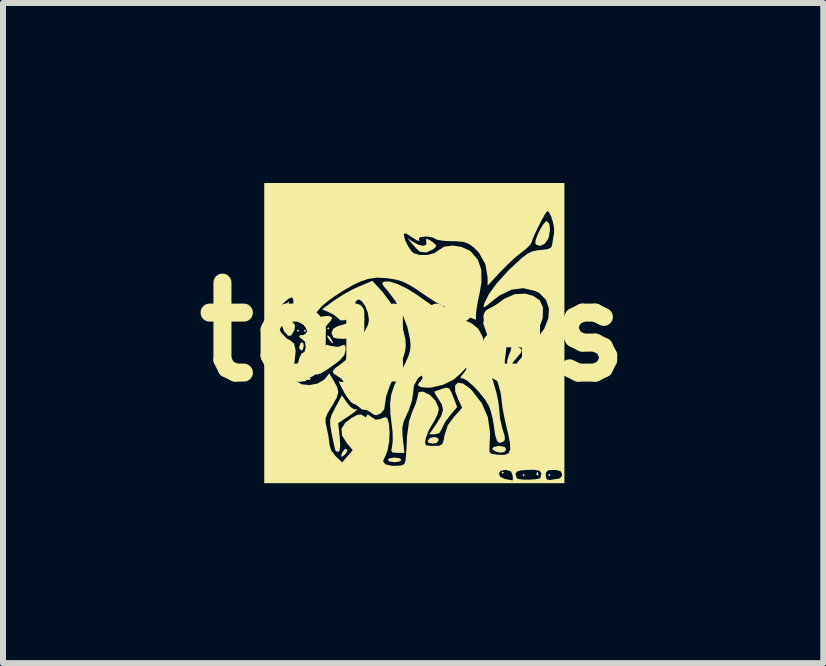
<source format=kicad_pcb>
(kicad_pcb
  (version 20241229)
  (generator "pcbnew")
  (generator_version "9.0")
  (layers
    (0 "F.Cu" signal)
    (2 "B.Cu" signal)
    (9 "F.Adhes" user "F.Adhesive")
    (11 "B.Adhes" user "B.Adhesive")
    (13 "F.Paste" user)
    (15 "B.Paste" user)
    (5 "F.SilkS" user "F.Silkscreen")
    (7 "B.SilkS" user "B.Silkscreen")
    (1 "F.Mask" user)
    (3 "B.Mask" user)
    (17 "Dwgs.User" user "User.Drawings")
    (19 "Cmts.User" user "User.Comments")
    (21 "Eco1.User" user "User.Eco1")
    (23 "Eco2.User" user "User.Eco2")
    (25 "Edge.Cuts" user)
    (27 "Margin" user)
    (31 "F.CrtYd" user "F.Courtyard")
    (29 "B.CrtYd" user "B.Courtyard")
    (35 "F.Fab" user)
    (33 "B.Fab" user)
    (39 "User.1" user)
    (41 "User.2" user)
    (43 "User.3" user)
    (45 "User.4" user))
  (footprint "touras"
    (layer "F.Cu")
    (at 3.836 2.482)
    (property "Reference" "touras" (at 0 0 0) (layer "F.SilkS") (effects (font (size 1.5 1.5) (thickness 0.3))))
    (attr board_only exclude_from_pos_files exclude_from_bom)
    (fp_poly (pts (xy -1.934 0.731) (xy -1.958 0.73) (xy -1.936 0.723)) (stroke (width 0) (type solid)) (fill yes) (layer "F.SilkS"))
    (fp_poly (pts (xy -1.9 -0.019) (xy -1.92 0) (xy -1.939 -0.019) (xy -1.92 -0.039)) (stroke (width 0) (type solid)) (fill yes) (layer "F.SilkS"))
    (fp_poly (pts (xy -1.784 -0.019) (xy -1.803 0) (xy -1.823 -0.019) (xy -1.803 -0.039)) (stroke (width 0) (type solid)) (fill yes) (layer "F.SilkS"))
    (fp_poly (pts (xy -1.706 -0.175) (xy -1.726 -0.155) (xy -1.745 -0.175) (xy -1.726 -0.194)) (stroke (width 0) (type solid)) (fill yes) (layer "F.SilkS"))
    (fp_poly (pts (xy -1.512 0.368) (xy -1.532 0.388) (xy -1.551 0.368) (xy -1.532 0.349)) (stroke (width 0) (type solid)) (fill yes) (layer "F.SilkS"))
    (fp_poly (pts (xy -1.396 -0.058) (xy -1.415 -0.039) (xy -1.435 -0.058) (xy -1.415 -0.078)) (stroke (width 0) (type solid)) (fill yes) (layer "F.SilkS"))
    (fp_poly (pts (xy 1.512 2.346) (xy 1.493 2.365) (xy 1.474 2.346) (xy 1.493 2.327)) (stroke (width 0) (type solid)) (fill yes) (layer "F.SilkS"))
    (fp_poly (pts (xy 1.861 2.385) (xy 1.842 2.404) (xy 1.823 2.385) (xy 1.842 2.365)) (stroke (width 0) (type solid)) (fill yes) (layer "F.SilkS"))
    (fp_poly (pts (xy 2.288 2.385) (xy 2.269 2.404) (xy 2.249 2.385) (xy 2.269 2.365)) (stroke (width 0) (type solid)) (fill yes) (layer "F.SilkS"))
    (fp_poly (pts (xy 2.081 2.34) (xy 2.086 2.386) (xy 2.081 2.391) (xy 2.058 2.386) (xy 2.055 2.365) (xy 2.069 2.334)) (stroke (width 0) (type solid)) (fill yes) (layer "F.SilkS"))
    (fp_poly (pts (xy -1.399 0.074) (xy -1.365 0.118) (xy -1.333 0.182) (xy -1.347 0.186) (xy -1.397 0.135) (xy -1.43 0.079) (xy -1.429 0.059)) (stroke (width 0) (type solid)) (fill yes) (layer "F.SilkS"))
    (fp_poly (pts (xy -1.831 0.186) (xy -1.823 0.23) (xy -1.838 0.295) (xy -1.861 0.31) (xy -1.896 0.279) (xy -1.9 0.254) (xy -1.877 0.188) (xy -1.861 0.175)) (stroke (width 0) (type solid)) (fill yes) (layer "F.SilkS"))
    (fp_poly (pts (xy -1.1 1.951) (xy -1.101 1.996) (xy -1.137 2.045) (xy -1.185 2.081) (xy -1.202 2.073) (xy -1.182 2.007) (xy -1.141 1.956) (xy -1.102 1.949)) (stroke (width 0) (type solid)) (fill yes) (layer "F.SilkS"))
    (fp_poly (pts (xy 0.41 1.767) (xy 0.427 1.801) (xy 0.393 1.85) (xy 0.326 1.861) (xy 0.253 1.846) (xy 0.242 1.813) (xy 0.285 1.767) (xy 0.353 1.751)) (stroke (width 0) (type solid)) (fill yes) (layer "F.SilkS"))
    (fp_poly (pts (xy 1.527 1.917) (xy 1.551 1.958) (xy 1.52 2.003) (xy 1.441 2.011) (xy 1.367 1.991) (xy 1.319 1.954) (xy 1.338 1.919) (xy 1.414 1.901) (xy 1.435 1.9)) (stroke (width 0) (type solid)) (fill yes) (layer "F.SilkS"))
    (fp_poly (pts (xy -1.832 0.733) (xy -1.746 0.747) (xy -1.707 0.775) (xy -1.706 0.778) (xy -1.73 0.802) (xy -1.742 0.797) (xy -1.784 0.804) (xy -1.791 0.818) (xy -1.826 0.828) (xy -1.886 0.789) (xy -1.931 0.739) (xy -1.934 0.731)) (stroke (width 0) (type solid)) (fill yes) (layer "F.SilkS"))
    (fp_poly (pts (xy -0.229 2.105) (xy -0.194 2.132) (xy -0.194 2.133) (xy -0.228 2.16) (xy -0.309 2.172) (xy -0.31 2.172) (xy -0.392 2.16) (xy -0.427 2.133) (xy -0.427 2.133) (xy -0.393 2.106) (xy -0.312 2.094) (xy -0.31 2.094)) (stroke (width 0) (type solid)) (fill yes) (layer "F.SilkS"))
    (fp_poly (pts (xy 2.269 -1.8) (xy 2.281 -1.705) (xy 2.263 -1.591) (xy 2.248 -1.547) (xy 2.19 -1.467) (xy 2.116 -1.433) (xy 2.05 -1.455) (xy 2.037 -1.472) (xy 2.039 -1.525) (xy 2.071 -1.614) (xy 2.119 -1.713) (xy 2.172 -1.799) (xy 2.217 -1.845) (xy 2.23 -1.847)) (stroke (width 0) (type solid)) (fill yes) (layer "F.SilkS"))
    (fp_poly (pts (xy -2.085 -0.382) (xy -2.079 -0.263) (xy -2.022 -0.18) (xy -1.969 -0.113) (xy -1.976 -0.042) (xy -1.986 -0.016) (xy -2.035 0.061) (xy -2.084 0.065) (xy -2.147 -0.004) (xy -2.15 -0.009) (xy -2.202 -0.142) (xy -2.2 -0.291) (xy -2.145 -0.42) (xy -2.14 -0.427) (xy -2.07 -0.514)) (stroke (width 0) (type solid)) (fill yes) (layer "F.SilkS"))
    (fp_poly (pts (xy 1.718 0.241) (xy 1.783 0.27) (xy 1.813 0.303) (xy 1.795 0.35) (xy 1.74 0.415) (xy 1.668 0.501) (xy 1.622 0.573) (xy 1.619 0.582) (xy 1.598 0.615) (xy 1.574 0.578) (xy 1.57 0.57) (xy 1.565 0.482) (xy 1.592 0.395) (xy 1.626 0.312) (xy 1.635 0.262) (xy 1.656 0.236)) (stroke (width 0) (type solid)) (fill yes) (layer "F.SilkS"))
    (fp_poly (pts (xy -0.839 -0.369) (xy -0.814 -0.212) (xy -0.854 -0.068) (xy -0.947 0.044) (xy -1.083 0.108) (xy -1.162 0.116) (xy -1.263 0.11) (xy -1.326 0.094) (xy -1.331 0.09) (xy -1.362 0.017) (xy -1.33 -0.055) (xy -1.251 -0.099) (xy -1.088 -0.146) (xy -0.984 -0.211) (xy -0.919 -0.304) (xy -0.915 -0.314) (xy -0.878 -0.388) (xy -0.853 -0.395)) (stroke (width 0) (type solid)) (fill yes) (layer "F.SilkS"))
    (fp_poly (pts (xy -0.001 -1.5) (xy 0.095 -1.45) (xy 0.175 -1.435) (xy 0.22 -1.456) (xy 0.219 -1.493) (xy 0.214 -1.543) (xy 0.226 -1.551) (xy 0.278 -1.53) (xy 0.332 -1.493) (xy 0.384 -1.446) (xy 0.374 -1.412) (xy 0.332 -1.377) (xy 0.22 -1.324) (xy 0.117 -1.336) (xy 0.097 -1.348) (xy 0.046 -1.397) (xy -0.019 -1.471) (xy -0.097 -1.565)) (stroke (width 0) (type solid)) (fill yes) (layer "F.SilkS"))
    (fp_poly (pts (xy 0.601 0.943) (xy 0.637 1.005) (xy 0.668 1.081) (xy 0.734 1.253) (xy 0.62 1.384) (xy 0.542 1.487) (xy 0.489 1.586) (xy 0.481 1.61) (xy 0.437 1.687) (xy 0.362 1.706) (xy 0.268 1.706) (xy 0.386 1.534) (xy 0.467 1.402) (xy 0.498 1.303) (xy 0.479 1.213) (xy 0.422 1.119) (xy 0.372 1.042) (xy 0.353 0.998) (xy 0.354 0.995) (xy 0.397 0.978) (xy 0.481 0.948) (xy 0.485 0.947) (xy 0.557 0.928)) (stroke (width 0) (type solid)) (fill yes) (layer "F.SilkS"))
    (fp_poly (pts (xy -1.104 1.178) (xy -1.039 1.254) (xy -0.984 1.289) (xy -0.975 1.289) (xy -0.935 1.288) (xy -0.954 1.316) (xy -1.036 1.377) (xy -1.09 1.414) (xy -1.25 1.52) (xy -1.225 1.745) (xy -1.216 1.892) (xy -1.227 1.979) (xy -1.24 1.996) (xy -1.285 1.991) (xy -1.297 1.97) (xy -1.313 1.907) (xy -1.338 1.794) (xy -1.359 1.689) (xy -1.382 1.556) (xy -1.383 1.463) (xy -1.356 1.377) (xy -1.297 1.26) (xy -1.296 1.258) (xy -1.188 1.057)) (stroke (width 0) (type solid)) (fill yes) (layer "F.SilkS"))
    (fp_poly (pts (xy -1.377 -0.258) (xy -1.349 -0.232) (xy -1.373 -0.185) (xy -1.42 -0.135) (xy -1.492 -0.038) (xy -1.503 0.058) (xy -1.501 0.069) (xy -1.514 0.196) (xy -1.555 0.266) (xy -1.617 0.364) (xy -1.626 0.425) (xy -1.582 0.441) (xy -1.541 0.43) (xy -1.475 0.38) (xy -1.465 0.296) (xy -1.466 0.226) (xy -1.433 0.214) (xy -1.376 0.233) (xy -1.25 0.249) (xy -1.2 0.231) (xy -1.146 0.212) (xy -1.127 0.247) (xy -1.126 0.299) (xy -1.148 0.386) (xy -1.219 0.469) (xy -1.287 0.524) (xy -1.431 0.626) (xy -1.53 0.686) (xy -1.597 0.711) (xy -1.647 0.707) (xy -1.669 0.697) (xy -1.756 0.682) (xy -1.846 0.696) (xy -1.936 0.723) (xy -1.947 0.683) (xy -1.937 0.595) (xy -1.921 0.524) (xy -1.89 0.418) (xy -1.857 0.356) (xy -1.84 0.349) (xy -1.81 0.331) (xy -1.791 0.262) (xy -1.802 0.165) (xy -1.839 0.131) (xy -1.892 0.092) (xy -1.9 0.071) (xy -1.877 0.051) (xy -1.866 0.055) (xy -1.82 0.05) (xy -1.775 0.007) (xy -1.762 -0.039) (xy -1.768 -0.049) (xy -1.763 -0.09) (xy -1.711 -0.149) (xy -1.632 -0.209) (xy -1.548 -0.251) (xy -1.533 -0.255) (xy -1.436 -0.266)) (stroke (width 0) (type solid)) (fill yes) (layer "F.SilkS"))
    (fp_poly (pts (xy -0.512 -0.668) (xy -0.325 -0.419) (xy -0.195 -0.153) (xy -0.131 0.112) (xy -0.13 0.121) (xy -0.123 0.224) (xy -0.131 0.311) (xy -0.158 0.405) (xy -0.211 0.527) (xy -0.287 0.679) (xy -0.392 0.904) (xy -0.451 1.077) (xy -0.465 1.172) (xy -0.482 1.29) (xy -0.537 1.354) (xy -0.54 1.356) (xy -0.605 1.388) (xy -0.648 1.384) (xy -0.71 1.341) (xy -0.713 1.338) (xy -0.781 1.301) (xy -0.816 1.3) (xy -0.86 1.289) (xy -0.892 1.26) (xy -0.957 1.211) (xy -0.99 1.202) (xy -1.036 1.171) (xy -1.099 1.091) (xy -1.141 1.023) (xy -1.206 0.903) (xy -1.235 0.839) (xy -1.231 0.82) (xy -1.202 0.834) (xy -1.166 0.834) (xy -1.163 0.823) (xy -1.194 0.782) (xy -1.261 0.736) (xy -1.328 0.692) (xy -1.34 0.651) (xy -1.292 0.598) (xy -1.202 0.533) (xy -1.111 0.458) (xy -1.075 0.384) (xy -1.072 0.318) (xy -1.06 0.22) (xy -1.007 0.174) (xy -1.006 0.174) (xy -0.906 0.11) (xy -0.814 0.002) (xy -0.751 -0.122) (xy -0.737 -0.199) (xy -0.754 -0.317) (xy -0.798 -0.429) (xy -0.857 -0.513) (xy -0.912 -0.543) (xy -0.958 -0.508) (xy -0.969 -0.429) (xy -0.994 -0.324) (xy -1.055 -0.241) (xy -1.134 -0.194) (xy -1.212 -0.193) (xy -1.263 -0.237) (xy -1.315 -0.281) (xy -1.403 -0.327) (xy -1.404 -0.328) (xy -1.519 -0.376) (xy -1.324 -0.52) (xy -1.171 -0.619) (xy -0.996 -0.715) (xy -0.904 -0.757) (xy -0.679 -0.851)) (stroke (width 0) (type solid)) (fill yes) (layer "F.SilkS"))
    (fp_poly (pts (xy -0.261 -0.798) (xy -0.101 -0.721) (xy 0.067 -0.616) (xy 0.12 -0.577) (xy 0.334 -0.428) (xy 0.534 -0.32) (xy 0.754 -0.232) (xy 0.799 -0.217) (xy 0.97 -0.146) (xy 1.084 -0.054) (xy 1.156 0.076) (xy 1.2 0.263) (xy 1.205 0.296) (xy 1.238 0.476) (xy 1.289 0.681) (xy 1.338 0.844) (xy 1.387 1.008) (xy 1.421 1.169) (xy 1.435 1.293) (xy 1.435 1.295) (xy 1.449 1.445) (xy 1.484 1.601) (xy 1.494 1.631) (xy 1.527 1.74) (xy 1.527 1.801) (xy 1.503 1.829) (xy 1.442 1.851) (xy 1.398 1.818) (xy 1.368 1.724) (xy 1.35 1.598) (xy 1.325 1.445) (xy 1.289 1.304) (xy 1.262 1.233) (xy 1.198 1.127) (xy 1.106 1.011) (xy 1.005 0.903) (xy 0.909 0.819) (xy 0.837 0.777) (xy 0.825 0.776) (xy 0.786 0.769) (xy 0.801 0.736) (xy 0.828 0.705) (xy 0.877 0.639) (xy 0.892 0.602) (xy 0.872 0.608) (xy 0.821 0.661) (xy 0.808 0.678) (xy 0.675 0.795) (xy 0.497 0.882) (xy 0.302 0.927) (xy 0.242 0.93) (xy 0.13 0.92) (xy 0.079 0.891) (xy 0.095 0.85) (xy 0.116 0.834) (xy 0.152 0.778) (xy 0.155 0.754) (xy 0.141 0.727) (xy 0.094 0.76) (xy 0.078 0.776) (xy 0.013 0.894) (xy 0 1.01) (xy -0.021 1.15) (xy -0.075 1.31) (xy -0.099 1.361) (xy -0.156 1.487) (xy -0.18 1.594) (xy -0.178 1.721) (xy -0.171 1.786) (xy -0.145 2.016) (xy -0.264 2.016) (xy -0.345 2.01) (xy -0.366 1.977) (xy -0.352 1.91) (xy -0.34 1.81) (xy -0.343 1.673) (xy -0.352 1.59) (xy -0.379 1.367) (xy -0.385 1.194) (xy -0.366 1.047) (xy -0.318 0.899) (xy -0.237 0.726) (xy -0.209 0.672) (xy -0.126 0.51) (xy -0.075 0.395) (xy -0.05 0.304) (xy -0.044 0.218) (xy -0.052 0.12) (xy -0.097 -0.085) (xy -0.185 -0.309) (xy -0.301 -0.522) (xy -0.428 -0.689) (xy -0.498 -0.769) (xy -0.516 -0.814) (xy -0.488 -0.838) (xy -0.486 -0.839) (xy -0.394 -0.84)) (stroke (width 0) (type solid)) (fill yes) (layer "F.SilkS"))
    (fp_poly (pts (xy 2.521 0.019) (xy 2.521 2.521) (xy 0.019 2.521) (xy -2.482 2.521) (xy -2.482 2.361) (xy 1.428 2.361) (xy 1.452 2.415) (xy 1.531 2.452) (xy 1.541 2.454) (xy 1.622 2.468) (xy 1.657 2.476) (xy 1.662 2.448) (xy 1.659 2.395) (xy 1.65 2.372) (xy 1.706 2.372) (xy 1.726 2.435) (xy 1.745 2.45) (xy 1.819 2.461) (xy 1.922 2.463) (xy 2.026 2.457) (xy 2.102 2.445) (xy 2.123 2.433) (xy 2.131 2.389) (xy 2.21 2.389) (xy 2.224 2.457) (xy 2.28 2.468) (xy 2.298 2.465) (xy 2.389 2.451) (xy 2.433 2.446) (xy 2.474 2.411) (xy 2.482 2.374) (xy 2.461 2.324) (xy 2.389 2.303) (xy 2.346 2.301) (xy 2.254 2.305) (xy 2.217 2.336) (xy 2.21 2.389) (xy 2.131 2.389) (xy 2.137 2.356) (xy 2.106 2.314) (xy 2.018 2.298) (xy 1.92 2.299) (xy 1.793 2.309) (xy 1.727 2.329) (xy 1.707 2.366) (xy 1.706 2.372) (xy 1.65 2.372) (xy 1.632 2.326) (xy 1.553 2.3) (xy 1.543 2.299) (xy 1.458 2.314) (xy 1.428 2.361) (xy -2.482 2.361) (xy -2.482 0.019) (xy -2.482 -0.232) (xy -2.288 -0.232) (xy -2.262 -0.105) (xy -2.195 0.019) (xy -2.106 0.11) (xy -2.058 0.135) (xy -1.985 0.194) (xy -1.958 0.313) (xy -1.976 0.493) (xy -1.984 0.533) (xy -2.007 0.656) (xy -2.007 0.732) (xy -1.98 0.788) (xy -1.955 0.818) (xy -1.858 0.873) (xy -1.728 0.886) (xy -1.594 0.86) (xy -1.485 0.797) (xy -1.467 0.777) (xy -1.398 0.692) (xy -1.32 0.821) (xy -1.265 0.923) (xy -1.248 1.005) (xy -1.272 1.093) (xy -1.339 1.212) (xy -1.362 1.248) (xy -1.429 1.36) (xy -1.46 1.44) (xy -1.459 1.519) (xy -1.439 1.608) (xy -1.412 1.737) (xy -1.397 1.85) (xy -1.396 1.877) (xy -1.366 1.975) (xy -1.291 2.073) (xy -1.289 2.074) (xy -1.183 2.174) (xy -1.095 2.073) (xy -1.007 1.971) (xy -1.104 1.855) (xy -1.186 1.726) (xy -1.195 1.615) (xy -1.13 1.512) (xy -1.023 1.432) (xy -0.928 1.382) (xy -0.866 1.377) (xy -0.833 1.397) (xy -0.787 1.425) (xy -0.776 1.395) (xy -0.755 1.375) (xy -0.698 1.416) (xy -0.623 1.463) (xy -0.544 1.451) (xy -0.525 1.442) (xy -0.461 1.42) (xy -0.428 1.442) (xy -0.406 1.523) (xy -0.404 1.536) (xy -0.393 1.671) (xy -0.4 1.823) (xy -0.424 1.963) (xy -0.459 2.063) (xy -0.47 2.08) (xy -0.502 2.154) (xy -0.464 2.206) (xy -0.36 2.231) (xy -0.305 2.232) (xy -0.199 2.226) (xy -0.147 2.203) (xy -0.128 2.146) (xy -0.124 2.113) (xy -0.116 2.012) (xy -0.108 1.868) (xy -0.103 1.745) (xy -0.068 1.486) (xy -0.009 1.318) (xy 0.041 1.199) (xy 0.072 1.096) (xy 0.077 1.062) (xy 0.092 1.004) (xy 0.15 0.995) (xy 0.175 0.999) (xy 0.282 1.052) (xy 0.373 1.149) (xy 0.423 1.262) (xy 0.427 1.295) (xy 0.405 1.378) (xy 0.352 1.485) (xy 0.329 1.522) (xy 0.261 1.64) (xy 0.214 1.757) (xy 0.208 1.783) (xy 0.197 1.858) (xy 0.219 1.891) (xy 0.292 1.9) (xy 0.34 1.9) (xy 0.436 1.896) (xy 0.485 1.871) (xy 0.509 1.803) (xy 0.521 1.729) (xy 0.577 1.556) (xy 0.68 1.416) (xy 0.757 1.333) (xy 0.805 1.276) (xy 0.814 1.262) (xy 0.798 1.223) (xy 0.76 1.145) (xy 0.756 1.139) (xy 0.7 0.991) (xy 0.699 0.892) (xy 0.746 0.846) (xy 0.831 0.86) (xy 0.946 0.942) (xy 0.98 0.976) (xy 1.144 1.189) (xy 1.244 1.419) (xy 1.283 1.681) (xy 1.271 1.939) (xy 1.272 2) (xy 1.306 2.031) (xy 1.392 2.045) (xy 1.425 2.048) (xy 1.527 2.048) (xy 1.59 2.023) (xy 1.618 1.961) (xy 1.614 1.853) (xy 1.581 1.688) (xy 1.557 1.59) (xy 1.519 1.422) (xy 1.49 1.269) (xy 1.475 1.157) (xy 1.474 1.132) (xy 1.46 1.027) (xy 1.424 0.888) (xy 1.396 0.803) (xy 1.349 0.65) (xy 1.307 0.465) (xy 1.284 0.323) (xy 1.261 0.174) (xy 1.233 0.046) (xy 1.206 -0.031) (xy 1.167 -0.146) (xy 1.189 -0.25) (xy 1.275 -0.362) (xy 1.315 -0.399) (xy 1.514 -0.551) (xy 1.698 -0.63) (xy 1.874 -0.638) (xy 1.998 -0.603) (xy 2.111 -0.525) (xy 2.164 -0.405) (xy 2.159 -0.237) (xy 2.156 -0.219) (xy 2.117 -0.113) (xy 2.048 0.002) (xy 1.963 0.106) (xy 1.877 0.183) (xy 1.806 0.214) (xy 1.789 0.211) (xy 1.658 0.173) (xy 1.578 0.186) (xy 1.553 0.246) (xy 1.546 0.344) (xy 1.529 0.456) (xy 1.525 0.577) (xy 1.551 0.64) (xy 1.615 0.692) (xy 1.658 0.682) (xy 1.667 0.641) (xy 1.692 0.579) (xy 1.752 0.49) (xy 1.784 0.452) (xy 1.853 0.369) (xy 1.895 0.313) (xy 1.9 0.302) (xy 1.925 0.266) (xy 1.988 0.193) (xy 2.054 0.123) (xy 2.183 -0.05) (xy 2.253 -0.225) (xy 2.263 -0.39) (xy 2.214 -0.534) (xy 2.106 -0.645) (xy 2.039 -0.68) (xy 1.836 -0.729) (xy 1.635 -0.703) (xy 1.432 -0.602) (xy 1.321 -0.516) (xy 1.228 -0.439) (xy 1.182 -0.41) (xy 1.172 -0.424) (xy 1.183 -0.468) (xy 1.259 -0.626) (xy 1.395 -0.812) (xy 1.583 -1.019) (xy 1.683 -1.115) (xy 1.811 -1.231) (xy 1.905 -1.303) (xy 1.984 -1.342) (xy 2.069 -1.36) (xy 2.122 -1.365) (xy 2.238 -1.378) (xy 2.297 -1.405) (xy 2.317 -1.454) (xy 2.331 -1.549) (xy 2.349 -1.653) (xy 2.349 -1.732) (xy 2.33 -1.831) (xy 2.299 -1.926) (xy 2.265 -1.995) (xy 2.234 -2.013) (xy 2.231 -2.01) (xy 2.193 -1.955) (xy 2.138 -1.856) (xy 2.078 -1.737) (xy 2.023 -1.622) (xy 1.987 -1.535) (xy 1.978 -1.502) (xy 1.948 -1.448) (xy 1.873 -1.376) (xy 1.821 -1.336) (xy 1.715 -1.253) (xy 1.586 -1.135) (xy 1.46 -1.007) (xy 1.452 -0.999) (xy 1.241 -0.771) (xy 1.241 -0.91) (xy 1.204 -1.128) (xy 1.098 -1.318) (xy 1.011 -1.408) (xy 0.927 -1.467) (xy 0.841 -1.499) (xy 0.722 -1.511) (xy 0.639 -1.512) (xy 0.508 -1.518) (xy 0.409 -1.533) (xy 0.368 -1.551) (xy 0.317 -1.577) (xy 0.223 -1.59) (xy 0.209 -1.59) (xy 0.122 -1.581) (xy 0.095 -1.556) (xy 0.097 -1.551) (xy 0.105 -1.515) (xy 0.06 -1.528) (xy -0.033 -1.586) (xy -0.042 -1.593) (xy -0.119 -1.64) (xy -0.151 -1.638) (xy -0.155 -1.616) (xy -0.133 -1.527) (xy -0.08 -1.421) (xy -0.018 -1.334) (xy 0.007 -1.313) (xy 0.112 -1.281) (xy 0.241 -1.283) (xy 0.358 -1.316) (xy 0.416 -1.357) (xy 0.516 -1.42) (xy 0.654 -1.44) (xy 0.803 -1.418) (xy 0.939 -1.356) (xy 0.966 -1.335) (xy 1.079 -1.202) (xy 1.136 -1.035) (xy 1.138 -0.826) (xy 1.108 -0.649) (xy 1.077 -0.501) (xy 1.055 -0.372) (xy 1.047 -0.29) (xy 1.047 -0.202) (xy 0.762 -0.308) (xy 0.577 -0.389) (xy 0.379 -0.495) (xy 0.229 -0.59) (xy 0.058 -0.708) (xy -0.072 -0.788) (xy -0.179 -0.84) (xy -0.284 -0.871) (xy -0.406 -0.891) (xy -0.437 -0.895) (xy -0.606 -0.905) (xy -0.751 -0.883) (xy -0.864 -0.846) (xy -0.99 -0.788) (xy -1.136 -0.705) (xy -1.286 -0.61) (xy -1.421 -0.514) (xy -1.523 -0.429) (xy -1.576 -0.366) (xy -1.578 -0.363) (xy -1.624 -0.312) (xy -1.713 -0.25) (xy -1.753 -0.229) (xy -1.883 -0.18) (xy -1.966 -0.193) (xy -2.005 -0.269) (xy -2.003 -0.409) (xy -2.002 -0.415) (xy -1.995 -0.53) (xy -2.018 -0.576) (xy -2.076 -0.555) (xy -2.174 -0.469) (xy -2.175 -0.468) (xy -2.266 -0.34) (xy -2.288 -0.232) (xy -2.482 -0.232) (xy -2.482 -2.482) (xy 0.019 -2.482) (xy 2.521 -2.482)) (stroke (width 0) (type solid)) (fill yes) (layer "F.SilkS")))
  (gr_rect
    (start -3 -3)
    (end 10.671 8.002)
    (stroke (width 0.1) (type default))
    (fill no)
    (layer "Edge.Cuts")))
</source>
